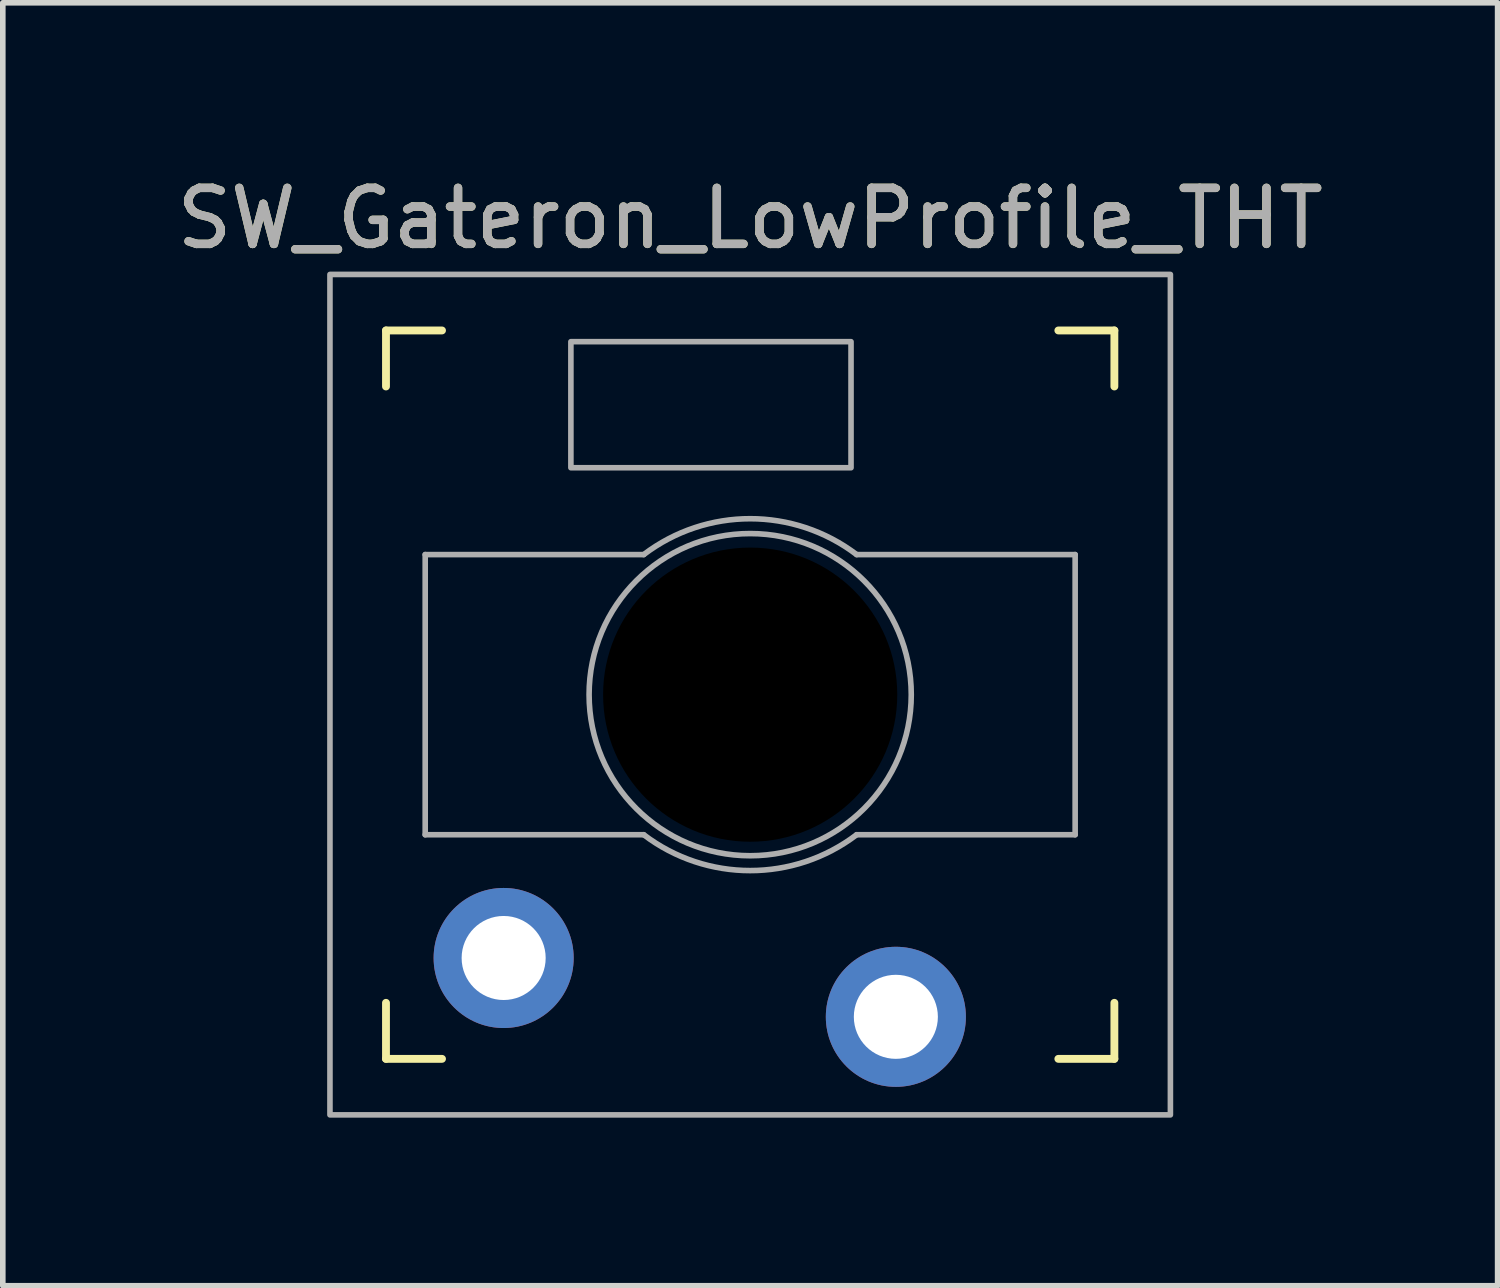
<source format=kicad_pcb>
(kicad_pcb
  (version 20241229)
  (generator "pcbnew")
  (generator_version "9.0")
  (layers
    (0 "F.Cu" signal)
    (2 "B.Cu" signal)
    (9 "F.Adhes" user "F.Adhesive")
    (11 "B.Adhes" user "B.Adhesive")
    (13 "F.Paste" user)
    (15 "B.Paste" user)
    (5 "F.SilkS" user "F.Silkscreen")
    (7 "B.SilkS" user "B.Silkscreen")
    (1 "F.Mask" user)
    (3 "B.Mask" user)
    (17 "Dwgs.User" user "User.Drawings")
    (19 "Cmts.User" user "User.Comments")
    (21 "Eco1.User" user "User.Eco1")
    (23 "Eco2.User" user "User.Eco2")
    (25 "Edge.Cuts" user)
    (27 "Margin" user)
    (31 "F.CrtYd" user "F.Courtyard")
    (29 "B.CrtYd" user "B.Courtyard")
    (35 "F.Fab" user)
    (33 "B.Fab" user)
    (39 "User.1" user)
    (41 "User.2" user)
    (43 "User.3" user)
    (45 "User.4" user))
  (footprint "SW_Gateron_LowProfile_THT"
    (layer "F.Cu")
    (at 10.339 9.348)
    (property "Reference" "SW_Gateron_LowProfile_THT" (at 0 -8.5 0) (unlocked yes) (layer "F.SilkS") (effects (font (size 1 1) (thickness 0.15))))
    (attr through_hole)
    (fp_line (start -6.5 -5.5) (end -6.5 -6.5) (stroke (width 0.14) (type solid)) (layer "F.SilkS"))
    (fp_line (start -6.5 6.5) (end -6.5 5.5) (stroke (width 0.14) (type solid)) (layer "F.SilkS"))
    (fp_line (start -6.5 6.5) (end -5.5 6.5) (stroke (width 0.14) (type solid)) (layer "F.SilkS"))
    (fp_line (start -5.5 -6.5) (end -6.5 -6.5) (stroke (width 0.14) (type solid)) (layer "F.SilkS"))
    (fp_line (start 5.5 6.5) (end 6.5 6.5) (stroke (width 0.14) (type solid)) (layer "F.SilkS"))
    (fp_line (start 6.5 -6.5) (end 5.5 -6.5) (stroke (width 0.14) (type solid)) (layer "F.SilkS"))
    (fp_line (start 6.5 -6.5) (end 6.5 -5.5) (stroke (width 0.14) (type solid)) (layer "F.SilkS"))
    (fp_line (start 6.5 5.5) (end 6.5 6.5) (stroke (width 0.14) (type solid)) (layer "F.SilkS"))
    (fp_line (start -5.8 -2.5) (end -1.9 -2.5) (stroke (width 0.1) (type default)) (layer "F.Fab"))
    (fp_line (start -5.8 2.5) (end -5.8 -2.5) (stroke (width 0.1) (type default)) (layer "F.Fab"))
    (fp_line (start -1.9 2.5) (end -5.8 2.5) (stroke (width 0.1) (type default)) (layer "F.Fab"))
    (fp_line (start 1.9 -2.5) (end 5.8 -2.5) (stroke (width 0.1) (type default)) (layer "F.Fab"))
    (fp_line (start 5.8 -2.5) (end 5.8 2.5) (stroke (width 0.1) (type default)) (layer "F.Fab"))
    (fp_line (start 5.8 2.5) (end 1.9 2.5) (stroke (width 0.1) (type default)) (layer "F.Fab"))
    (fp_rect (start -7.5 7.5) (end 7.5 -7.5) (stroke (width 0.1) (type solid)) (fill no) (layer "F.Fab"))
    (fp_rect (start -3.2 -6.3) (end 1.8 -4.05) (stroke (width 0.1) (type default)) (fill no) (layer "F.Fab"))
    (fp_arc (start -1.9 -2.499999) (mid 0 -3.140063) (end 1.9 -2.499999) (stroke (width 0.1) (type default)) (layer "F.Fab"))
    (fp_arc (start 1.9 2.499999) (mid 0 3.140063) (end -1.9 2.499999) (stroke (width 0.1) (type default)) (layer "F.Fab"))
    (fp_circle (center 0 0) (end 2.875 0) (stroke (width 0.1) (type default)) (fill no) (layer "F.Fab"))
    (fp_poly (pts (xy -2.05 -0.64) (xy -0.6 -0.64) (xy -0.6 -2) (xy 0.5 -2) (xy 0.5 -0.64) (xy 1.95 -0.64) (xy 1.95 0.64) (xy 0.5 0.64) (xy 0.5 2) (xy -0.6 2) (xy -0.6 0.64) (xy -2.05 0.64)) (stroke (width 0.1) (type solid)) (fill no) (layer "F.Fab"))
    (fp_text user "${REFERENCE}" (at 0 -8.5 0) (unlocked yes) (layer "F.Fab") (effects (font (size 1 1) (thickness 0.15))))
    (pad "" np_thru_hole circle (at 0 0 180) (size 5.25 5.25) (drill 5.25) (layers "*.Mask"))
    (pad "1" thru_hole circle (at -4.4 4.7 180) (size 2.5 2.5) (drill 1.5) (layers "*.Cu" "B.Mask"))
    (pad "2" thru_hole circle (at 2.6 5.75 180) (size 2.5 2.5) (drill 1.5) (layers "*.Cu" "B.Mask")))
  (gr_rect
    (start -3 -3)
    (end 23.679 19.898)
    (stroke (width 0.1) (type default))
    (fill no)
    (layer "Edge.Cuts")))
</source>
